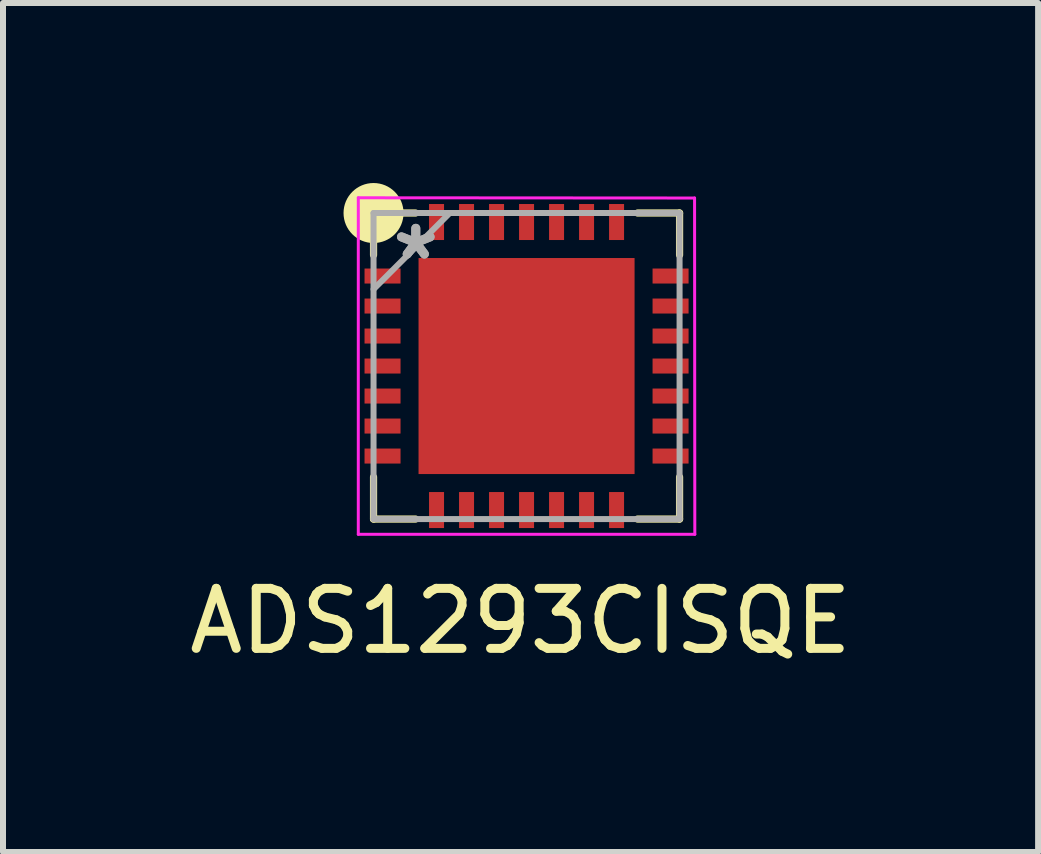
<source format=kicad_pcb>
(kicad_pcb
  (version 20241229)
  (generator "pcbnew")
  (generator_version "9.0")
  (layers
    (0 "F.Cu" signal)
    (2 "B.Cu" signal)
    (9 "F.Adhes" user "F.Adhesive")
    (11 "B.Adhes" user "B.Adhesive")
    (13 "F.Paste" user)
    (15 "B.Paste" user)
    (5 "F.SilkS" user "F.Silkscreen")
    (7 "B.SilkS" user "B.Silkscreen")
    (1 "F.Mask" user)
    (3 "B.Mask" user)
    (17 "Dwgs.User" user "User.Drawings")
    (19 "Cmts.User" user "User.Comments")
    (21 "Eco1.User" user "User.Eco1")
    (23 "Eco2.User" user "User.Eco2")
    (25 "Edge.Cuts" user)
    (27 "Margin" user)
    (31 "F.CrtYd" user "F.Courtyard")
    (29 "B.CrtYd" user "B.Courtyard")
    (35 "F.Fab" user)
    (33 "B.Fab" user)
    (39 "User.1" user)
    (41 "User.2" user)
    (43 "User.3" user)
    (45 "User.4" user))
  (footprint "ADS1293CISQE"
    (layer "F.Cu")
    (at 5.725 3.05)
    (property "Reference" "ADS1293CISQE" (at -0.1 4.25 0) (layer "F.SilkS") (effects (font (size 1 1) (thickness 0.15))))
    (attr smd)
    (fp_poly (pts (xy -1.863 -1.863) (xy 1.863 -1.863) (xy 1.863 1.863) (xy -1.863 1.863)) (stroke (width 0.1) (type solid)) (fill yes) (layer "F.Mask"))
    (fp_line (start -2.55 -2.55) (end -2.55 -1.85) (stroke (width 0.12) (type solid)) (layer "F.SilkS"))
    (fp_line (start -2.55 1.85) (end -2.55 2.55) (stroke (width 0.12) (type solid)) (layer "F.SilkS"))
    (fp_line (start -2.55 2.55) (end -1.85 2.55) (stroke (width 0.12) (type solid)) (layer "F.SilkS"))
    (fp_line (start -1.85 -2.55) (end -2.55 -2.55) (stroke (width 0.12) (type solid)) (layer "F.SilkS"))
    (fp_line (start 1.85 2.55) (end 2.55 2.55) (stroke (width 0.12) (type solid)) (layer "F.SilkS"))
    (fp_line (start 2.55 -2.55) (end 1.85 -2.55) (stroke (width 0.12) (type solid)) (layer "F.SilkS"))
    (fp_line (start 2.55 -1.85) (end 2.55 -2.55) (stroke (width 0.12) (type solid)) (layer "F.SilkS"))
    (fp_line (start 2.55 2.55) (end 2.55 1.85) (stroke (width 0.12) (type solid)) (layer "F.SilkS"))
    (fp_circle (center -2.55 -2.55) (end -2.05 -2.55) (stroke (width 0) (type solid)) (fill yes) (layer "F.SilkS"))
    (fp_poly (pts (xy -1.725 -1.725) (xy -1.725 -1.281) (xy -1.423 -1.281) (xy -1.281 -1.423) (xy -1.281 -1.725)) (stroke (width 0.1) (type solid)) (fill yes) (layer "F.Paste"))
    (fp_poly (pts (xy -1.725 1.281) (xy -1.725 1.725) (xy -1.281 1.725) (xy -1.281 1.423) (xy -1.423 1.281)) (stroke (width 0.1) (type solid)) (fill yes) (layer "F.Paste"))
    (fp_poly (pts (xy 1.281 -1.725) (xy 1.281 -1.423) (xy 1.423 -1.281) (xy 1.725 -1.281) (xy 1.725 -1.725)) (stroke (width 0.1) (type solid)) (fill yes) (layer "F.Paste"))
    (fp_poly (pts (xy 1.423 1.281) (xy 1.281 1.423) (xy 1.281 1.725) (xy 1.725 1.725) (xy 1.725 1.281)) (stroke (width 0.1) (type solid)) (fill yes) (layer "F.Paste"))
    (fp_poly (pts (xy -1.725 -1.081) (xy -1.725 -0.494) (xy -1.423 -0.494) (xy -1.281 -0.635) (xy -1.281 -0.94) (xy -1.423 -1.081)) (stroke (width 0.1) (type solid)) (fill yes) (layer "F.Paste"))
    (fp_poly (pts (xy -1.725 -0.294) (xy -1.725 0.294) (xy -1.423 0.294) (xy -1.281 0.152) (xy -1.281 -0.152) (xy -1.423 -0.294)) (stroke (width 0.1) (type solid)) (fill yes) (layer "F.Paste"))
    (fp_poly (pts (xy -1.725 0.494) (xy -1.725 1.081) (xy -1.423 1.081) (xy -1.281 0.94) (xy -1.281 0.635) (xy -1.423 0.494)) (stroke (width 0.1) (type solid)) (fill yes) (layer "F.Paste"))
    (fp_poly (pts (xy -1.081 -1.725) (xy -1.081 -1.423) (xy -0.94 -1.281) (xy -0.635 -1.281) (xy -0.494 -1.423) (xy -0.494 -1.725)) (stroke (width 0.1) (type solid)) (fill yes) (layer "F.Paste"))
    (fp_poly (pts (xy -0.94 1.281) (xy -1.081 1.423) (xy -1.081 1.725) (xy -0.494 1.725) (xy -0.494 1.423) (xy -0.635 1.281)) (stroke (width 0.1) (type solid)) (fill yes) (layer "F.Paste"))
    (fp_poly (pts (xy -0.294 -1.725) (xy -0.294 -1.423) (xy -0.152 -1.281) (xy 0.152 -1.281) (xy 0.294 -1.423) (xy 0.294 -1.725)) (stroke (width 0.1) (type solid)) (fill yes) (layer "F.Paste"))
    (fp_poly (pts (xy -0.152 1.281) (xy -0.294 1.423) (xy -0.294 1.725) (xy 0.294 1.725) (xy 0.294 1.423) (xy 0.152 1.281)) (stroke (width 0.1) (type solid)) (fill yes) (layer "F.Paste"))
    (fp_poly (pts (xy 0.494 -1.725) (xy 0.494 -1.423) (xy 0.635 -1.281) (xy 0.94 -1.281) (xy 1.081 -1.423) (xy 1.081 -1.725)) (stroke (width 0.1) (type solid)) (fill yes) (layer "F.Paste"))
    (fp_poly (pts (xy 0.635 1.281) (xy 0.494 1.423) (xy 0.494 1.725) (xy 1.081 1.725) (xy 1.081 1.423) (xy 0.94 1.281)) (stroke (width 0.1) (type solid)) (fill yes) (layer "F.Paste"))
    (fp_poly (pts (xy 1.423 -1.081) (xy 1.281 -0.94) (xy 1.281 -0.635) (xy 1.423 -0.494) (xy 1.725 -0.494) (xy 1.725 -1.081)) (stroke (width 0.1) (type solid)) (fill yes) (layer "F.Paste"))
    (fp_poly (pts (xy 1.423 -0.294) (xy 1.281 -0.152) (xy 1.281 0.152) (xy 1.423 0.294) (xy 1.725 0.294) (xy 1.725 -0.294)) (stroke (width 0.1) (type solid)) (fill yes) (layer "F.Paste"))
    (fp_poly (pts (xy 1.423 0.494) (xy 1.281 0.635) (xy 1.281 0.94) (xy 1.423 1.081) (xy 1.725 1.081) (xy 1.725 0.494)) (stroke (width 0.1) (type solid)) (fill yes) (layer "F.Paste"))
    (fp_poly (pts (xy -0.94 -1.081) (xy -1.081 -0.94) (xy -1.081 -0.635) (xy -0.94 -0.494) (xy -0.635 -0.494) (xy -0.494 -0.635) (xy -0.494 -0.94) (xy -0.635 -1.081)) (stroke (width 0.1) (type solid)) (fill yes) (layer "F.Paste"))
    (fp_poly (pts (xy -0.94 -0.294) (xy -1.081 -0.152) (xy -1.081 0.152) (xy -0.94 0.294) (xy -0.635 0.294) (xy -0.494 0.152) (xy -0.494 -0.152) (xy -0.635 -0.294)) (stroke (width 0.1) (type solid)) (fill yes) (layer "F.Paste"))
    (fp_poly (pts (xy -0.94 0.494) (xy -1.081 0.635) (xy -1.081 0.94) (xy -0.94 1.081) (xy -0.635 1.081) (xy -0.494 0.94) (xy -0.494 0.635) (xy -0.635 0.494)) (stroke (width 0.1) (type solid)) (fill yes) (layer "F.Paste"))
    (fp_poly (pts (xy -0.152 -1.081) (xy -0.294 -0.94) (xy -0.294 -0.635) (xy -0.152 -0.494) (xy 0.152 -0.494) (xy 0.294 -0.635) (xy 0.294 -0.94) (xy 0.152 -1.081)) (stroke (width 0.1) (type solid)) (fill yes) (layer "F.Paste"))
    (fp_poly (pts (xy -0.152 -0.294) (xy -0.294 -0.152) (xy -0.294 0.152) (xy -0.152 0.294) (xy 0.152 0.294) (xy 0.294 0.152) (xy 0.294 -0.152) (xy 0.152 -0.294)) (stroke (width 0.1) (type solid)) (fill yes) (layer "F.Paste"))
    (fp_poly (pts (xy -0.152 0.494) (xy -0.294 0.635) (xy -0.294 0.94) (xy -0.152 1.081) (xy 0.152 1.081) (xy 0.294 0.94) (xy 0.294 0.635) (xy 0.152 0.494)) (stroke (width 0.1) (type solid)) (fill yes) (layer "F.Paste"))
    (fp_poly (pts (xy 0.635 -1.081) (xy 0.494 -0.94) (xy 0.494 -0.635) (xy 0.635 -0.494) (xy 0.94 -0.494) (xy 1.081 -0.635) (xy 1.081 -0.94) (xy 0.94 -1.081)) (stroke (width 0.1) (type solid)) (fill yes) (layer "F.Paste"))
    (fp_poly (pts (xy 0.635 -0.294) (xy 0.494 -0.152) (xy 0.494 0.152) (xy 0.635 0.294) (xy 0.94 0.294) (xy 1.081 0.152) (xy 1.081 -0.152) (xy 0.94 -0.294)) (stroke (width 0.1) (type solid)) (fill yes) (layer "F.Paste"))
    (fp_poly (pts (xy 0.635 0.494) (xy 0.494 0.635) (xy 0.494 0.94) (xy 0.635 1.081) (xy 0.94 1.081) (xy 1.081 0.94) (xy 1.081 0.635) (xy 0.94 0.494)) (stroke (width 0.1) (type solid)) (fill yes) (layer "F.Paste"))
    (fp_line (start -2.804 -2.804) (end 2.8 -2.8) (stroke (width 0.05) (type solid)) (layer "F.CrtYd"))
    (fp_line (start -2.804 2.804) (end -2.804 -2.804) (stroke (width 0.05) (type solid)) (layer "F.CrtYd"))
    (fp_line (start 2.8 -2.8) (end 2.804 2.804) (stroke (width 0.05) (type solid)) (layer "F.CrtYd"))
    (fp_line (start 2.804 2.804) (end -2.804 2.804) (stroke (width 0.05) (type solid)) (layer "F.CrtYd"))
    (fp_line (start -2.55 -2.55) (end -2.55 2.55) (stroke (width 0.1) (type solid)) (layer "F.Fab"))
    (fp_line (start -2.55 -1.28) (end -1.28 -2.55) (stroke (width 0.1) (type solid)) (layer "F.Fab"))
    (fp_line (start -2.55 2.55) (end 2.55 2.55) (stroke (width 0.1) (type solid)) (layer "F.Fab"))
    (fp_line (start 2.55 -2.55) (end -2.55 -2.55) (stroke (width 0.1) (type solid)) (layer "F.Fab"))
    (fp_line (start 2.55 2.55) (end 2.55 -2.55) (stroke (width 0.1) (type solid)) (layer "F.Fab"))
    (fp_text user "*" (at -1.846 -1.75 0) (layer "F.Fab") (effects (font (size 1 1) (thickness 0.15))))
    (fp_text user "*" (at -1.846 -1.75 0) (layer "F.Fab") (effects (font (size 1 1) (thickness 0.15))))
    (pad "1" smd rect (at -2.4 -1.5 90) (size 0.25 0.6) (layers "F.Cu" "F.Mask" "F.Paste"))
    (pad "2" smd rect (at -2.4 -1 90) (size 0.25 0.6) (layers "F.Cu" "F.Mask" "F.Paste"))
    (pad "3" smd rect (at -2.4 -0.5 90) (size 0.25 0.6) (layers "F.Cu" "F.Mask" "F.Paste"))
    (pad "4" smd rect (at -2.4 0 90) (size 0.25 0.6) (layers "F.Cu" "F.Mask" "F.Paste"))
    (pad "5" smd rect (at -2.4 0.5 90) (size 0.25 0.6) (layers "F.Cu" "F.Mask" "F.Paste"))
    (pad "6" smd rect (at -2.4 1 90) (size 0.25 0.6) (layers "F.Cu" "F.Mask" "F.Paste"))
    (pad "7" smd rect (at -2.4 1.5 90) (size 0.25 0.6) (layers "F.Cu" "F.Mask" "F.Paste"))
    (pad "8" smd rect (at -1.5 2.4) (size 0.25 0.6) (layers "F.Cu" "F.Mask" "F.Paste"))
    (pad "9" smd rect (at -1 2.4) (size 0.25 0.6) (layers "F.Cu" "F.Mask" "F.Paste"))
    (pad "10" smd rect (at -0.5 2.4) (size 0.25 0.6) (layers "F.Cu" "F.Mask" "F.Paste"))
    (pad "11" smd rect (at 0 2.4) (size 0.25 0.6) (layers "F.Cu" "F.Mask" "F.Paste"))
    (pad "12" smd rect (at 0.5 2.4) (size 0.25 0.6) (layers "F.Cu" "F.Mask" "F.Paste"))
    (pad "13" smd rect (at 1 2.4) (size 0.25 0.6) (layers "F.Cu" "F.Mask" "F.Paste"))
    (pad "14" smd rect (at 1.5 2.4) (size 0.25 0.6) (layers "F.Cu" "F.Mask" "F.Paste"))
    (pad "15" smd rect (at 2.4 1.5 90) (size 0.25 0.6) (layers "F.Cu" "F.Mask" "F.Paste"))
    (pad "16" smd rect (at 2.4 1 90) (size 0.25 0.6) (layers "F.Cu" "F.Mask" "F.Paste"))
    (pad "17" smd rect (at 2.4 0.5 90) (size 0.25 0.6) (layers "F.Cu" "F.Mask" "F.Paste"))
    (pad "18" smd rect (at 2.4 0 90) (size 0.25 0.6) (layers "F.Cu" "F.Mask" "F.Paste"))
    (pad "19" smd rect (at 2.4 -0.5 90) (size 0.25 0.6) (layers "F.Cu" "F.Mask" "F.Paste"))
    (pad "20" smd rect (at 2.4 -1 90) (size 0.25 0.6) (layers "F.Cu" "F.Mask" "F.Paste"))
    (pad "21" smd rect (at 2.4 -1.5 90) (size 0.25 0.6) (layers "F.Cu" "F.Mask" "F.Paste"))
    (pad "22" smd rect (at 1.5 -2.4) (size 0.25 0.6) (layers "F.Cu" "F.Mask" "F.Paste"))
    (pad "23" smd rect (at 1 -2.4) (size 0.25 0.6) (layers "F.Cu" "F.Mask" "F.Paste"))
    (pad "24" smd rect (at 0.5 -2.4) (size 0.25 0.6) (layers "F.Cu" "F.Mask" "F.Paste"))
    (pad "25" smd rect (at 0 -2.4) (size 0.25 0.6) (layers "F.Cu" "F.Mask" "F.Paste"))
    (pad "26" smd rect (at -0.5 -2.4) (size 0.25 0.6) (layers "F.Cu" "F.Mask" "F.Paste"))
    (pad "27" smd rect (at -1 -2.4) (size 0.25 0.6) (layers "F.Cu" "F.Mask" "F.Paste"))
    (pad "28" smd rect (at -1.5 -2.4) (size 0.25 0.6) (layers "F.Cu" "F.Mask" "F.Paste"))
    (pad "29" smd rect (at 0 0) (size 3.6 3.6) (layers "F.Cu")))
  (gr_rect
    (start -3 -3)
    (end 14.25 11.148)
    (stroke (width 0.1) (type default))
    (fill no)
    (layer "Edge.Cuts")))
</source>
